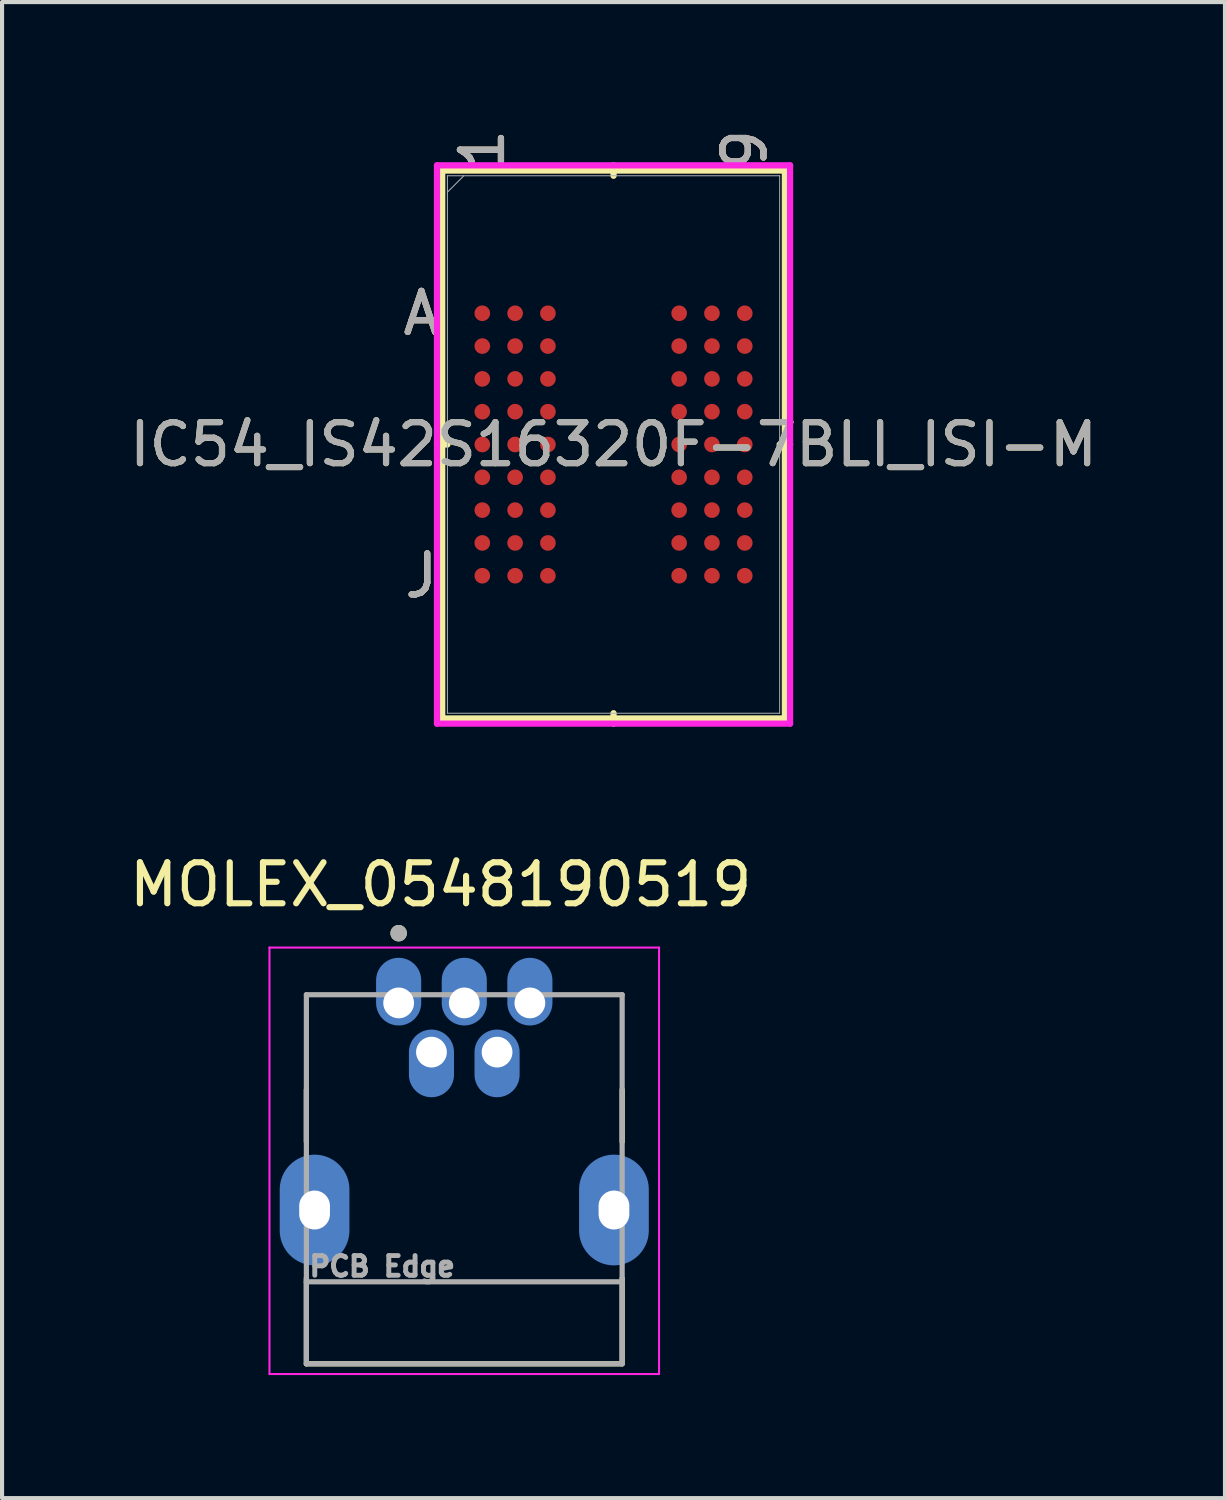
<source format=kicad_pcb>
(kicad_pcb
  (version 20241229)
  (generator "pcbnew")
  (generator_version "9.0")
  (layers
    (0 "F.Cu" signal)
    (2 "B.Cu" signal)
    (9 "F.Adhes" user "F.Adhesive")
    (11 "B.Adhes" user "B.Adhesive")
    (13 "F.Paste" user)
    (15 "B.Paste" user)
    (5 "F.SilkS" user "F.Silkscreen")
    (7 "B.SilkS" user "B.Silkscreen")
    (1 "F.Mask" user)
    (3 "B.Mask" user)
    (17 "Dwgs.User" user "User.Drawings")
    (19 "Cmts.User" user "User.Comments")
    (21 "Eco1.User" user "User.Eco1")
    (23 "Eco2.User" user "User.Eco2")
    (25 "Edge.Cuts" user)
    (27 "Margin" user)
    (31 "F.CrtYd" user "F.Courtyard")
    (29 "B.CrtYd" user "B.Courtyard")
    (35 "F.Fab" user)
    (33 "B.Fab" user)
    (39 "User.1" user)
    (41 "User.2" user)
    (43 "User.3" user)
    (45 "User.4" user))
  (footprint "IC54_IS42S16320F-7BLI_ISI-M"
    (layer "F.Cu")
    (at 11.911 7.789)
    (property "Reference" "IC54_IS42S16320F-7BLI_ISI-M" (at 0 0 0) (unlocked yes) (layer "F.SilkS") (effects (font (size 1 1) (thickness 0.15))))
    (attr smd)
    (fp_line (start -4.178 -6.68) (end -4.178 6.68) (stroke (width 0.152) (type solid)) (layer "F.SilkS"))
    (fp_line (start -4.178 6.68) (end 4.178 6.68) (stroke (width 0.152) (type solid)) (layer "F.SilkS"))
    (fp_line (start -4.051 0) (end -4.305 0) (stroke (width 0.152) (type solid)) (layer "F.SilkS"))
    (fp_line (start 0 -6.553) (end 0 -6.807) (stroke (width 0.152) (type solid)) (layer "F.SilkS"))
    (fp_line (start 0 6.553) (end 0 6.807) (stroke (width 0.152) (type solid)) (layer "F.SilkS"))
    (fp_line (start 4.051 0) (end 4.305 0) (stroke (width 0.152) (type solid)) (layer "F.SilkS"))
    (fp_line (start 4.178 -6.68) (end -4.178 -6.68) (stroke (width 0.152) (type solid)) (layer "F.SilkS"))
    (fp_line (start 4.178 6.68) (end 4.178 -6.68) (stroke (width 0.152) (type solid)) (layer "F.SilkS"))
    (fp_poly (pts (xy -4.045 -4.045) (xy 4.045 -4.045) (xy 4.045 4.045) (xy -4.045 4.045)) (stroke (width 0.1) (type solid)) (fill no) (layer "Eco2.User"))
    (fp_line (start -4.305 -6.807) (end 4.305 -6.807) (stroke (width 0.152) (type solid)) (layer "F.CrtYd"))
    (fp_line (start -4.305 6.807) (end -4.305 -6.807) (stroke (width 0.152) (type solid)) (layer "F.CrtYd"))
    (fp_line (start 4.305 -6.807) (end 4.305 6.807) (stroke (width 0.152) (type solid)) (layer "F.CrtYd"))
    (fp_line (start 4.305 6.807) (end -4.305 6.807) (stroke (width 0.152) (type solid)) (layer "F.CrtYd"))
    (fp_line (start -4.051 -6.553) (end -4.051 6.553) (stroke (width 0.025) (type solid)) (layer "F.Fab"))
    (fp_line (start -4.051 6.553) (end 4.051 6.553) (stroke (width 0.025) (type solid)) (layer "F.Fab"))
    (fp_line (start -3.651 -6.553) (end -4.051 -6.153) (stroke (width 0.025) (type solid)) (layer "F.Fab"))
    (fp_line (start 4.051 -6.553) (end -4.051 -6.553) (stroke (width 0.025) (type solid)) (layer "F.Fab"))
    (fp_line (start 4.051 6.553) (end 4.051 -6.553) (stroke (width 0.025) (type solid)) (layer "F.Fab"))
    (fp_text user "1" (at -3.2 -7.188 90) (unlocked yes) (layer "F.SilkS") (effects (font (size 1 1) (thickness 0.15))))
    (fp_text user "A" (at -4.686 -3.2 0) (unlocked yes) (layer "F.SilkS") (effects (font (size 1 1) (thickness 0.15))))
    (fp_text user "9" (at 3.2 -7.188 90) (unlocked yes) (layer "F.SilkS") (effects (font (size 1 1) (thickness 0.15))))
    (fp_text user "J" (at -4.686 3.2 0) (unlocked yes) (layer "F.SilkS") (effects (font (size 1 1) (thickness 0.15))))
    (fp_text user "J" (at -4.686 3.2 0) (unlocked yes) (layer "B.SilkS") (effects (font (size 1 1) (thickness 0.15))))
    (fp_text user "9" (at 3.2 -7.188 90) (unlocked yes) (layer "B.SilkS") (effects (font (size 1 1) (thickness 0.15))))
    (fp_text user "1" (at -3.2 -7.188 90) (unlocked yes) (layer "B.SilkS") (effects (font (size 1 1) (thickness 0.15))))
    (fp_text user "A" (at -4.686 -3.2 0) (unlocked yes) (layer "B.SilkS") (effects (font (size 1 1) (thickness 0.15))))
    (fp_text user "9" (at 3.2 -7.188 90) (unlocked yes) (layer "F.Fab") (effects (font (size 1 1) (thickness 0.15))))
    (fp_text user "A" (at -4.686 -3.2 0) (unlocked yes) (layer "F.Fab") (effects (font (size 1 1) (thickness 0.15))))
    (fp_text user "1" (at -3.2 -7.188 90) (unlocked yes) (layer "F.Fab") (effects (font (size 1 1) (thickness 0.15))))
    (fp_text user "J" (at -4.686 3.2 0) (unlocked yes) (layer "F.Fab") (effects (font (size 1 1) (thickness 0.15))))
    (fp_text user "${REFERENCE}" (at 0 0 0) (unlocked yes) (layer "F.Fab") (effects (font (size 1 1) (thickness 0.15))))
    (pad "A1" smd circle (at -3.2 -3.2) (size 0.381 0.381) (layers "F.Cu" "F.Mask" "F.Paste"))
    (pad "A2" smd circle (at -2.4 -3.2) (size 0.381 0.381) (layers "F.Cu" "F.Mask" "F.Paste"))
    (pad "A3" smd circle (at -1.6 -3.2) (size 0.381 0.381) (layers "F.Cu" "F.Mask" "F.Paste"))
    (pad "A7" smd circle (at 1.6 -3.2) (size 0.381 0.381) (layers "F.Cu" "F.Mask" "F.Paste"))
    (pad "A8" smd circle (at 2.4 -3.2) (size 0.381 0.381) (layers "F.Cu" "F.Mask" "F.Paste"))
    (pad "A9" smd circle (at 3.2 -3.2) (size 0.381 0.381) (layers "F.Cu" "F.Mask" "F.Paste"))
    (pad "B1" smd circle (at -3.2 -2.4) (size 0.381 0.381) (layers "F.Cu" "F.Mask" "F.Paste"))
    (pad "B2" smd circle (at -2.4 -2.4) (size 0.381 0.381) (layers "F.Cu" "F.Mask" "F.Paste"))
    (pad "B3" smd circle (at -1.6 -2.4) (size 0.381 0.381) (layers "F.Cu" "F.Mask" "F.Paste"))
    (pad "B7" smd circle (at 1.6 -2.4) (size 0.381 0.381) (layers "F.Cu" "F.Mask" "F.Paste"))
    (pad "B8" smd circle (at 2.4 -2.4) (size 0.381 0.381) (layers "F.Cu" "F.Mask" "F.Paste"))
    (pad "B9" smd circle (at 3.2 -2.4) (size 0.381 0.381) (layers "F.Cu" "F.Mask" "F.Paste"))
    (pad "C1" smd circle (at -3.2 -1.6) (size 0.381 0.381) (layers "F.Cu" "F.Mask" "F.Paste"))
    (pad "C2" smd circle (at -2.4 -1.6) (size 0.381 0.381) (layers "F.Cu" "F.Mask" "F.Paste"))
    (pad "C3" smd circle (at -1.6 -1.6) (size 0.381 0.381) (layers "F.Cu" "F.Mask" "F.Paste"))
    (pad "C7" smd circle (at 1.6 -1.6) (size 0.381 0.381) (layers "F.Cu" "F.Mask" "F.Paste"))
    (pad "C8" smd circle (at 2.4 -1.6) (size 0.381 0.381) (layers "F.Cu" "F.Mask" "F.Paste"))
    (pad "C9" smd circle (at 3.2 -1.6) (size 0.381 0.381) (layers "F.Cu" "F.Mask" "F.Paste"))
    (pad "D1" smd circle (at -3.2 -0.8) (size 0.381 0.381) (layers "F.Cu" "F.Mask" "F.Paste"))
    (pad "D2" smd circle (at -2.4 -0.8) (size 0.381 0.381) (layers "F.Cu" "F.Mask" "F.Paste"))
    (pad "D3" smd circle (at -1.6 -0.8) (size 0.381 0.381) (layers "F.Cu" "F.Mask" "F.Paste"))
    (pad "D7" smd circle (at 1.6 -0.8) (size 0.381 0.381) (layers "F.Cu" "F.Mask" "F.Paste"))
    (pad "D8" smd circle (at 2.4 -0.8) (size 0.381 0.381) (layers "F.Cu" "F.Mask" "F.Paste"))
    (pad "D9" smd circle (at 3.2 -0.8) (size 0.381 0.381) (layers "F.Cu" "F.Mask" "F.Paste"))
    (pad "E1" smd circle (at -3.2 0) (size 0.381 0.381) (layers "F.Cu" "F.Mask" "F.Paste"))
    (pad "E2" smd circle (at -2.4 0) (size 0.381 0.381) (layers "F.Cu" "F.Mask" "F.Paste"))
    (pad "E3" smd circle (at -1.6 0) (size 0.381 0.381) (layers "F.Cu" "F.Mask" "F.Paste"))
    (pad "E7" smd circle (at 1.6 0) (size 0.381 0.381) (layers "F.Cu" "F.Mask" "F.Paste"))
    (pad "E8" smd circle (at 2.4 0) (size 0.381 0.381) (layers "F.Cu" "F.Mask" "F.Paste"))
    (pad "E9" smd circle (at 3.2 0) (size 0.381 0.381) (layers "F.Cu" "F.Mask" "F.Paste"))
    (pad "F1" smd circle (at -3.2 0.8) (size 0.381 0.381) (layers "F.Cu" "F.Mask" "F.Paste"))
    (pad "F2" smd circle (at -2.4 0.8) (size 0.381 0.381) (layers "F.Cu" "F.Mask" "F.Paste"))
    (pad "F3" smd circle (at -1.6 0.8) (size 0.381 0.381) (layers "F.Cu" "F.Mask" "F.Paste"))
    (pad "F7" smd circle (at 1.6 0.8) (size 0.381 0.381) (layers "F.Cu" "F.Mask" "F.Paste"))
    (pad "F8" smd circle (at 2.4 0.8) (size 0.381 0.381) (layers "F.Cu" "F.Mask" "F.Paste"))
    (pad "F9" smd circle (at 3.2 0.8) (size 0.381 0.381) (layers "F.Cu" "F.Mask" "F.Paste"))
    (pad "G1" smd circle (at -3.2 1.6) (size 0.381 0.381) (layers "F.Cu" "F.Mask" "F.Paste"))
    (pad "G2" smd circle (at -2.4 1.6) (size 0.381 0.381) (layers "F.Cu" "F.Mask" "F.Paste"))
    (pad "G3" smd circle (at -1.6 1.6) (size 0.381 0.381) (layers "F.Cu" "F.Mask" "F.Paste"))
    (pad "G7" smd circle (at 1.6 1.6) (size 0.381 0.381) (layers "F.Cu" "F.Mask" "F.Paste"))
    (pad "G8" smd circle (at 2.4 1.6) (size 0.381 0.381) (layers "F.Cu" "F.Mask" "F.Paste"))
    (pad "G9" smd circle (at 3.2 1.6) (size 0.381 0.381) (layers "F.Cu" "F.Mask" "F.Paste"))
    (pad "H1" smd circle (at -3.2 2.4) (size 0.381 0.381) (layers "F.Cu" "F.Mask" "F.Paste"))
    (pad "H2" smd circle (at -2.4 2.4) (size 0.381 0.381) (layers "F.Cu" "F.Mask" "F.Paste"))
    (pad "H3" smd circle (at -1.6 2.4) (size 0.381 0.381) (layers "F.Cu" "F.Mask" "F.Paste"))
    (pad "H7" smd circle (at 1.6 2.4) (size 0.381 0.381) (layers "F.Cu" "F.Mask" "F.Paste"))
    (pad "H8" smd circle (at 2.4 2.4) (size 0.381 0.381) (layers "F.Cu" "F.Mask" "F.Paste"))
    (pad "H9" smd circle (at 3.2 2.4) (size 0.381 0.381) (layers "F.Cu" "F.Mask" "F.Paste"))
    (pad "J1" smd circle (at -3.2 3.2) (size 0.381 0.381) (layers "F.Cu" "F.Mask" "F.Paste"))
    (pad "J2" smd circle (at -2.4 3.2) (size 0.381 0.381) (layers "F.Cu" "F.Mask" "F.Paste"))
    (pad "J3" smd circle (at -1.6 3.2) (size 0.381 0.381) (layers "F.Cu" "F.Mask" "F.Paste"))
    (pad "J7" smd circle (at 1.6 3.2) (size 0.381 0.381) (layers "F.Cu" "F.Mask" "F.Paste"))
    (pad "J8" smd circle (at 2.4 3.2) (size 0.381 0.381) (layers "F.Cu" "F.Mask" "F.Paste"))
    (pad "J9" smd circle (at 3.2 3.2) (size 0.381 0.381) (layers "F.Cu" "F.Mask" "F.Paste")))
  (footprint "MOLEX_0548190519"
    (layer "F.Cu")
    (at 8.271 21.406)
    (property "Reference" "MOLEX_0548190519" (at -0.575 -2.885 0) (layer "F.SilkS") (effects (font (size 1 1) (thickness 0.15))))
    (attr smd)
    (fp_line (start -3.85 3.386) (end -3.85 2.114) (stroke (width 0.127) (type solid)) (layer "F.SilkS"))
    (fp_line (start -3.85 8.8) (end -3.85 6.713) (stroke (width 0.127) (type solid)) (layer "F.SilkS"))
    (fp_line (start 3.85 2.114) (end 3.85 3.386) (stroke (width 0.127) (type solid)) (layer "F.SilkS"))
    (fp_line (start 3.85 6.713) (end 3.85 8.8) (stroke (width 0.127) (type solid)) (layer "F.SilkS"))
    (fp_line (start 3.85 8.8) (end -3.85 8.8) (stroke (width 0.127) (type solid)) (layer "F.SilkS"))
    (fp_circle (center -1.6 -1.7) (end -1.5 -1.7) (stroke (width 0.2) (type solid)) (fill no) (layer "F.SilkS"))
    (fp_line (start -4.75 -1.35) (end 4.75 -1.35) (stroke (width 0.05) (type solid)) (layer "F.CrtYd"))
    (fp_line (start -4.75 9.05) (end -4.75 -1.35) (stroke (width 0.05) (type solid)) (layer "F.CrtYd"))
    (fp_line (start 4.75 -1.35) (end 4.75 9.05) (stroke (width 0.05) (type solid)) (layer "F.CrtYd"))
    (fp_line (start 4.75 9.05) (end -4.75 9.05) (stroke (width 0.05) (type solid)) (layer "F.CrtYd"))
    (fp_line (start -3.85 -0.2) (end 3.85 -0.2) (stroke (width 0.127) (type solid)) (layer "F.Fab"))
    (fp_line (start -3.85 6.8) (end -3.85 -0.2) (stroke (width 0.127) (type solid)) (layer "F.Fab"))
    (fp_line (start -3.85 8.8) (end -3.85 6.8) (stroke (width 0.127) (type solid)) (layer "F.Fab"))
    (fp_line (start 3.85 -0.2) (end 3.85 6.8) (stroke (width 0.127) (type solid)) (layer "F.Fab"))
    (fp_line (start 3.85 6.8) (end -3.85 6.8) (stroke (width 0.127) (type solid)) (layer "F.Fab"))
    (fp_line (start 3.85 6.8) (end 3.85 8.8) (stroke (width 0.127) (type solid)) (layer "F.Fab"))
    (fp_line (start 3.85 8.8) (end -3.85 8.8) (stroke (width 0.127) (type solid)) (layer "F.Fab"))
    (fp_circle (center -1.6 -1.7) (end -1.5 -1.7) (stroke (width 0.2) (type solid)) (fill no) (layer "F.Fab"))
    (fp_text user "PCB Edge" (at -2 6.425 0) (layer "F.Fab") (effects (font (size 0.48 0.48) (thickness 0.12))))
    (pad "1" smd oval (at -1.6 -0.275) (size 1.1 1.65) (layers "B.Cu" "B.Mask" "B.Paste"))
    (pad "2" smd oval (at -0.8 1.475) (size 1.1 1.65) (layers "B.Cu" "B.Mask" "B.Paste"))
    (pad "3" smd oval (at 0 -0.275) (size 1.1 1.65) (layers "B.Cu" "B.Mask" "B.Paste"))
    (pad "4" smd oval (at 0.8 1.475) (size 1.1 1.65) (layers "B.Cu" "B.Mask" "B.Paste"))
    (pad "5" smd oval (at 1.6 -0.275) (size 1.1 1.65) (layers "B.Cu" "B.Mask" "B.Paste"))
    (pad "6" thru_hole circle (at -1.6 0) (size 0.95 0.95) (drill 0.75) (layers "*.Cu"))
    (pad "7" thru_hole circle (at -0.8 1.2) (size 0.95 0.95) (drill 0.75) (layers "*.Cu"))
    (pad "8" thru_hole circle (at 0 0) (size 0.95 0.95) (drill 0.75) (layers "*.Cu"))
    (pad "9" thru_hole circle (at 0.8 1.2) (size 0.95 0.95) (drill 0.75) (layers "*.Cu"))
    (pad "10" thru_hole circle (at 1.6 0) (size 0.95 0.95) (drill 0.75) (layers "*.Cu"))
    (pad "11" thru_hole circle (at -3.65 5.05) (size 0.95 0.95) (drill oval 0.75 1.95) (layers "*.Cu"))
    (pad "12" thru_hole circle (at 3.65 5.05) (size 0.95 0.95) (drill oval 0.75 1.95) (layers "*.Cu"))
    (pad "S1" smd oval (at -3.65 5.05) (size 1.7 2.7) (layers "B.Cu" "B.Mask" "B.Paste"))
    (pad "S2" smd oval (at 3.65 5.05) (size 1.7 2.7) (layers "B.Cu" "B.Mask" "B.Paste"))
    (zone (net_name "") (layer "F.Cu") (hatch full 0.508) (connect_pads) (min_thickness 0.01) (filled_areas_thickness no) (keepout (tracks not_allowed) (vias not_allowed) (pads not_allowed) (copperpour not_allowed) (footprints allowed)) (placement (enabled no)) (fill) (polygon (pts (xy 3.871 20.706) (xy 5.271 20.706) (xy 5.271 23.206) (xy 3.871 23.206))))
    (zone (net_name "") (layer "F.Cu") (hatch full 0.508) (connect_pads) (min_thickness 0.01) (filled_areas_thickness no) (keepout (tracks not_allowed) (vias not_allowed) (pads not_allowed) (copperpour not_allowed) (footprints allowed)) (placement (enabled no)) (fill) (polygon (pts (xy 5.171 27.006) (xy 11.371 27.006) (xy 11.371 28.206) (xy 5.171 28.206))))
    (zone (net_name "") (layer "F.Cu") (hatch full 0.508) (connect_pads) (min_thickness 0.01) (filled_areas_thickness no) (keepout (tracks not_allowed) (vias not_allowed) (pads not_allowed) (copperpour not_allowed) (footprints allowed)) (placement (enabled no)) (fill) (polygon (pts (xy 11.271 20.706) (xy 12.671 20.706) (xy 12.671 23.206) (xy 11.271 23.206))))
    (zone (net_name "") (layers "F.Cu" "B.Cu") (hatch full 0.508) (connect_pads) (min_thickness 0.01) (filled_areas_thickness no) (keepout (tracks allowed) (vias not_allowed) (pads allowed) (copperpour allowed) (footprints allowed)) (placement (enabled no)) (fill) (polygon (pts (xy 3.871 20.706) (xy 5.271 20.706) (xy 5.271 23.206) (xy 3.871 23.206))))
    (zone (net_name "") (layers "F.Cu" "B.Cu") (hatch full 0.508) (connect_pads) (min_thickness 0.01) (filled_areas_thickness no) (keepout (tracks allowed) (vias not_allowed) (pads allowed) (copperpour allowed) (footprints allowed)) (placement (enabled no)) (fill) (polygon (pts (xy 5.171 27.006) (xy 11.371 27.006) (xy 11.371 28.206) (xy 5.171 28.206))))
    (zone (net_name "") (layers "F.Cu" "B.Cu") (hatch full 0.508) (connect_pads) (min_thickness 0.01) (filled_areas_thickness no) (keepout (tracks allowed) (vias not_allowed) (pads allowed) (copperpour allowed) (footprints allowed)) (placement (enabled no)) (fill) (polygon (pts (xy 11.271 20.706) (xy 12.671 20.706) (xy 12.671 23.206) (xy 11.271 23.206)))))
  (gr_rect
    (start -3 -3)
    (end 26.821 33.481)
    (stroke (width 0.1) (type default))
    (fill no)
    (layer "Edge.Cuts")))
</source>
